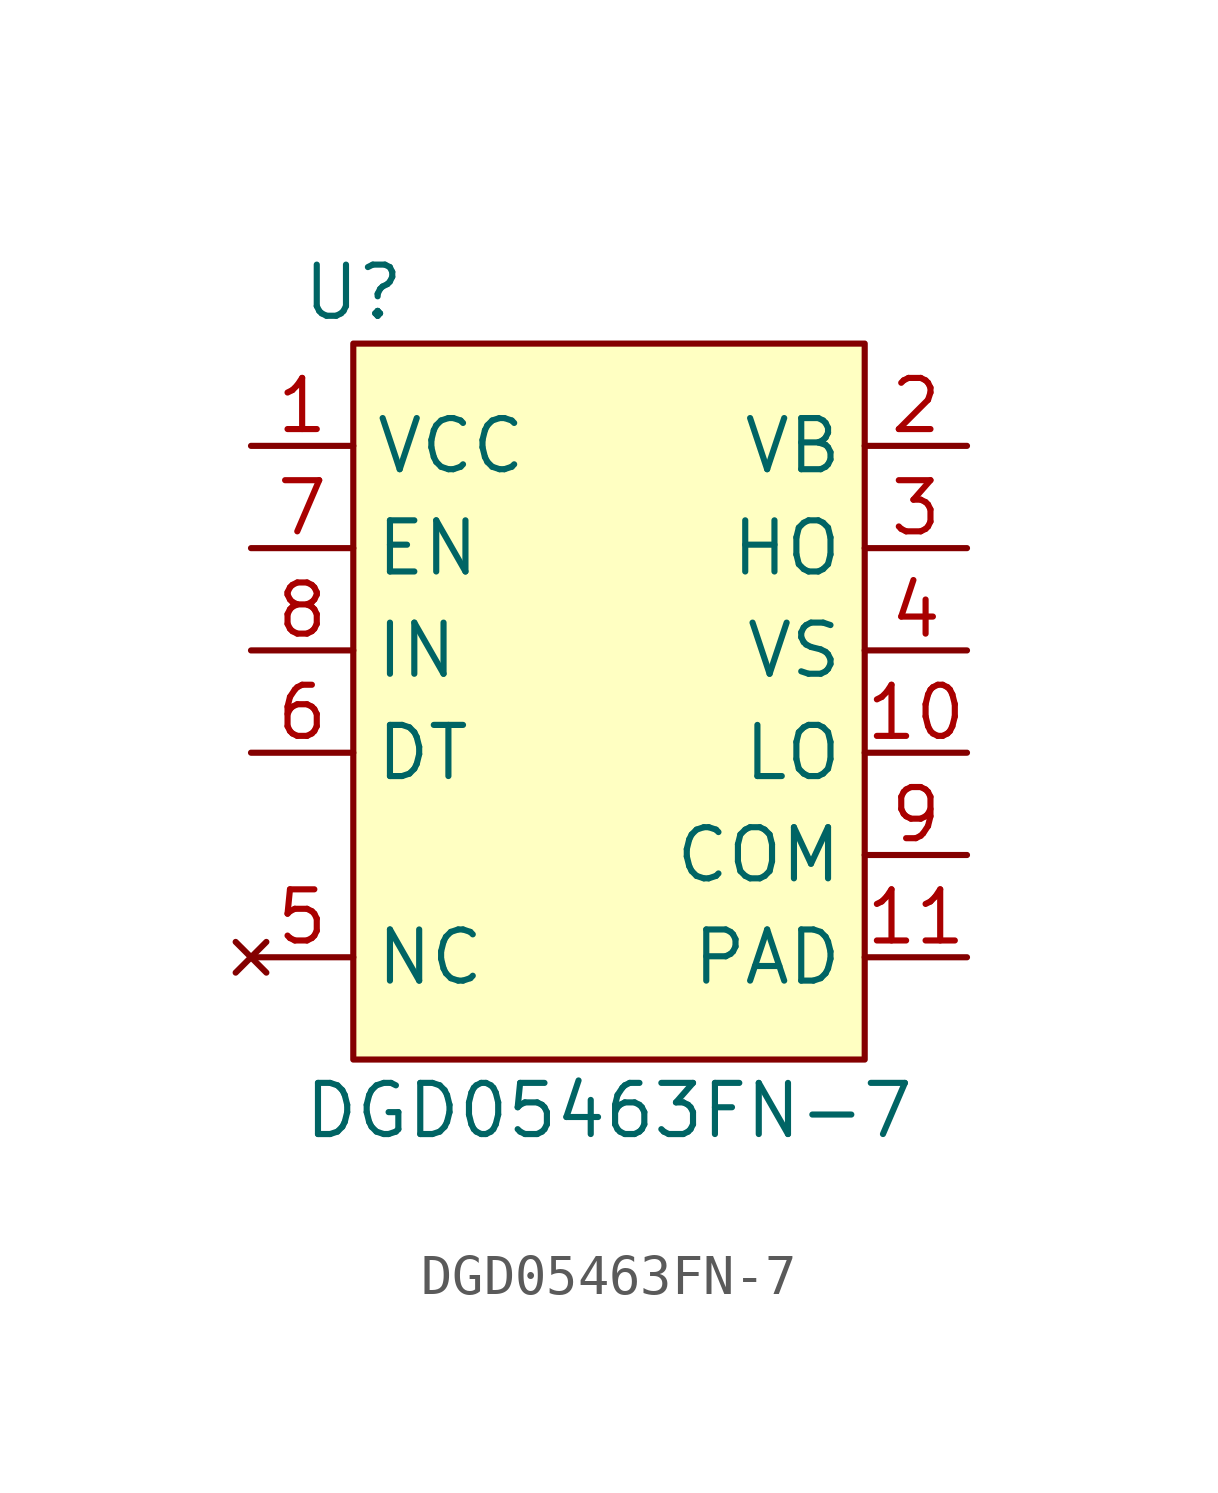
<source format=kicad_sym>
(kicad_symbol_lib
  (version 20211014)
  (generator kicad_symbol_editor)
  (symbol "DGD05463FN-7"
    (property "Reference" "U"
      (at -6.35 8.89 0)
      (effects (font (size 1.27 1.27))))
    (property "Value" "DGD05463FN-7"
      (at 0 -11.43 0)
      (effects (font (size 1.27 1.27))))
    (symbol "DGD05463FN-7_0_1"
      (rectangle (start -6.35 7.62) (end 6.35 -10.16) (stroke (width 0) (type default) (color 0 0 0 0)) (fill (type background))))
    (symbol "DGD05463FN-7_1_1"
      (pin power_in line (at -8.89 5.08 0) (length 2.54) (name "VCC" (effects (font (size 1.27 1.27)))) (number "1" (effects (font (size 1.27 1.27)))))
      (pin output line (at 8.89 -2.54 180) (length 2.54) (name "LO" (effects (font (size 1.27 1.27)))) (number "10" (effects (font (size 1.27 1.27)))))
      (pin power_in line (at 8.89 -7.62 180) (length 2.54) (name "PAD" (effects (font (size 1.27 1.27)))) (number "11" (effects (font (size 1.27 1.27)))))
      (pin passive line (at 8.89 5.08 180) (length 2.54) (name "VB" (effects (font (size 1.27 1.27)))) (number "2" (effects (font (size 1.27 1.27)))))
      (pin output line (at 8.89 2.54 180) (length 2.54) (name "HO" (effects (font (size 1.27 1.27)))) (number "3" (effects (font (size 1.27 1.27)))))
      (pin passive line (at 8.89 0 180) (length 2.54) (name "VS" (effects (font (size 1.27 1.27)))) (number "4" (effects (font (size 1.27 1.27)))))
      (pin no_connect line (at -8.89 -7.62 0) (length 2.54) (name "NC" (effects (font (size 1.27 1.27)))) (number "5" (effects (font (size 1.27 1.27)))))
      (pin passive line (at -8.89 -2.54 0) (length 2.54) (name "DT" (effects (font (size 1.27 1.27)))) (number "6" (effects (font (size 1.27 1.27)))))
      (pin input line (at -8.89 2.54 0) (length 2.54) (name "EN" (effects (font (size 1.27 1.27)))) (number "7" (effects (font (size 1.27 1.27)))))
      (pin input line (at -8.89 0 0) (length 2.54) (name "IN" (effects (font (size 1.27 1.27)))) (number "8" (effects (font (size 1.27 1.27)))))
      (pin power_in line (at 8.89 -5.08 180) (length 2.54) (name "COM" (effects (font (size 1.27 1.27)))) (number "9" (effects (font (size 1.27 1.27))))))))
</source>
